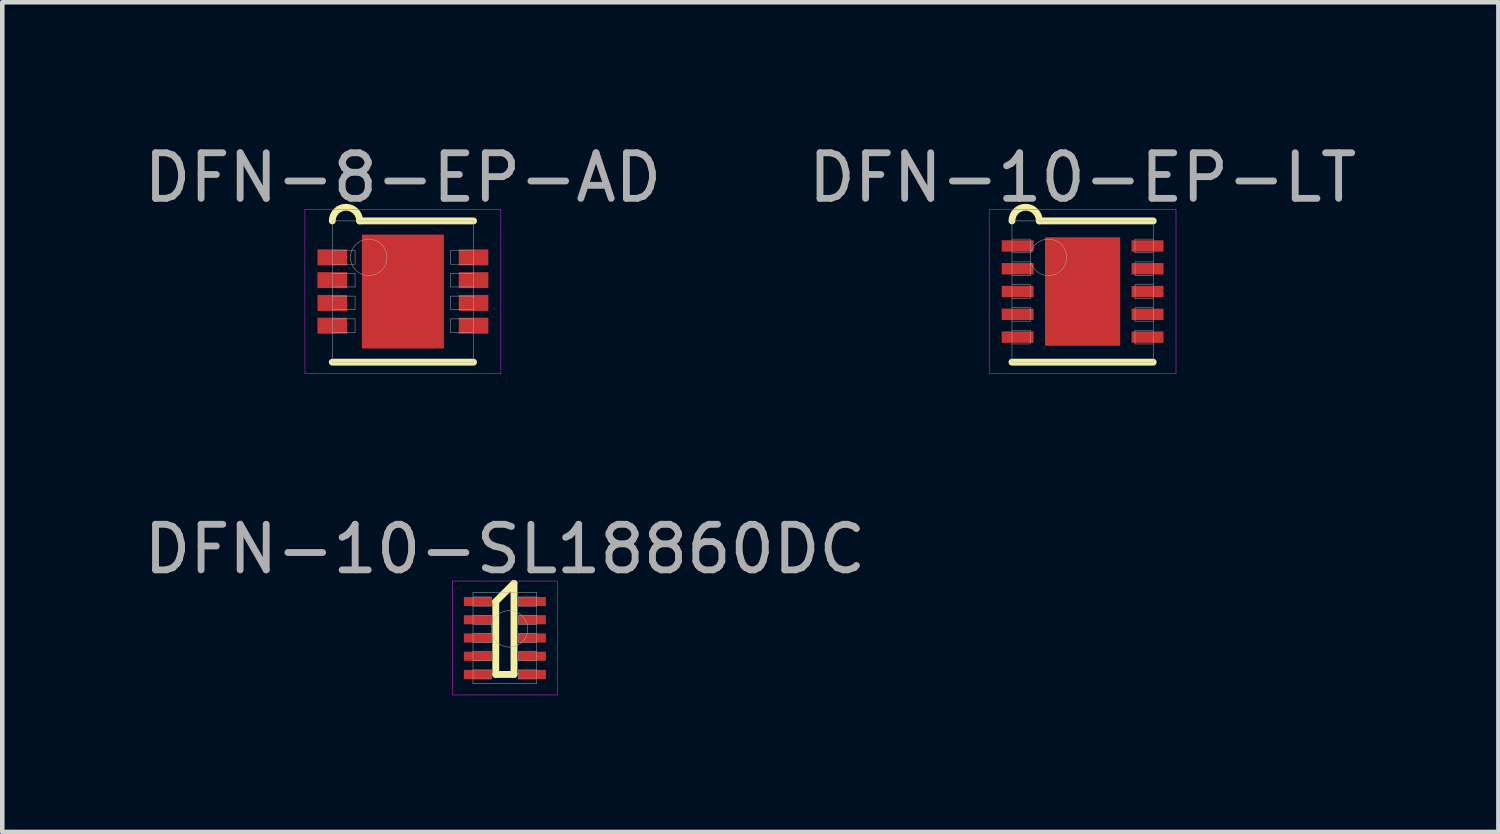
<source format=kicad_pcb>
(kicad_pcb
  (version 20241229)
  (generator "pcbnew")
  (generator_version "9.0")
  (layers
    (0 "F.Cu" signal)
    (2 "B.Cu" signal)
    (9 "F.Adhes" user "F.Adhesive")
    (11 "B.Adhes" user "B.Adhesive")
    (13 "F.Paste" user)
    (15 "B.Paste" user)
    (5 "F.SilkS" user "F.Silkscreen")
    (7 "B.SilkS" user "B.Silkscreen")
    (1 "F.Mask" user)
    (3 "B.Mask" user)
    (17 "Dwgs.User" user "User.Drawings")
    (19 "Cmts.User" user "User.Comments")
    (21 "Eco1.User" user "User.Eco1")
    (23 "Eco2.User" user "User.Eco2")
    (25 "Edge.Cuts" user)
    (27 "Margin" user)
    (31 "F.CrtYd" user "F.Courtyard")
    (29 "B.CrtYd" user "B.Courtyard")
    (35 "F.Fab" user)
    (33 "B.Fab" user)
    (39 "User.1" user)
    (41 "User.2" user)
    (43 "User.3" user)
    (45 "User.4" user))
  (footprint "DFN-10-EP-LT"
    (layer "F.Cu")
    (at 20.708 3.348)
    (property "Reference" "DFN-10-EP-LT" (at 0 -2.5 0) (layer "F.Fab") (effects (font (size 1 1) (thickness 0.15))))
    (attr through_hole)
    (fp_line (start -1.55 1.55) (end 1.55 1.55) (stroke (width 0.15) (type solid)) (layer "F.SilkS"))
    (fp_line (start -0.95 -1.55) (end 1.55 -1.55) (stroke (width 0.15) (type solid)) (layer "F.SilkS"))
    (fp_arc (start -1.55 -1.55) (mid -1.25 -1.85) (end -0.95 -1.55) (stroke (width 0.15) (type solid)) (layer "F.SilkS"))
    (fp_line (start -2.05 -1.8) (end 2.05 -1.8) (stroke (width 0.01) (type solid)) (layer "F.CrtYd"))
    (fp_line (start -2.05 1.8) (end -2.05 -1.8) (stroke (width 0.01) (type solid)) (layer "F.CrtYd"))
    (fp_line (start 2.05 -1.8) (end 2.05 1.8) (stroke (width 0.01) (type solid)) (layer "F.CrtYd"))
    (fp_line (start 2.05 1.8) (end -2.05 1.8) (stroke (width 0.01) (type solid)) (layer "F.CrtYd"))
    (fp_line (start -1.55 -1.55) (end 1.55 -1.55) (stroke (width 0.01) (type solid)) (layer "F.Fab"))
    (fp_line (start -1.55 -0.85) (end -1.15 -0.85) (stroke (width 0.01) (type solid)) (layer "F.Fab"))
    (fp_line (start -1.55 -0.35) (end -1.15 -0.35) (stroke (width 0.01) (type solid)) (layer "F.Fab"))
    (fp_line (start -1.55 0.15) (end -1.15 0.15) (stroke (width 0.01) (type solid)) (layer "F.Fab"))
    (fp_line (start -1.55 0.65) (end -1.15 0.65) (stroke (width 0.01) (type solid)) (layer "F.Fab"))
    (fp_line (start -1.55 1.15) (end -1.15 1.15) (stroke (width 0.01) (type solid)) (layer "F.Fab"))
    (fp_line (start -1.55 1.55) (end -1.55 -1.55) (stroke (width 0.01) (type solid)) (layer "F.Fab"))
    (fp_line (start -1.15 -1.15) (end -1.55 -1.15) (stroke (width 0.01) (type solid)) (layer "F.Fab"))
    (fp_line (start -1.15 -0.85) (end -1.15 -1.15) (stroke (width 0.01) (type solid)) (layer "F.Fab"))
    (fp_line (start -1.15 -0.65) (end -1.55 -0.65) (stroke (width 0.01) (type solid)) (layer "F.Fab"))
    (fp_line (start -1.15 -0.35) (end -1.15 -0.65) (stroke (width 0.01) (type solid)) (layer "F.Fab"))
    (fp_line (start -1.15 -0.15) (end -1.55 -0.15) (stroke (width 0.01) (type solid)) (layer "F.Fab"))
    (fp_line (start -1.15 0.15) (end -1.15 -0.15) (stroke (width 0.01) (type solid)) (layer "F.Fab"))
    (fp_line (start -1.15 0.35) (end -1.55 0.35) (stroke (width 0.01) (type solid)) (layer "F.Fab"))
    (fp_line (start -1.15 0.65) (end -1.15 0.35) (stroke (width 0.01) (type solid)) (layer "F.Fab"))
    (fp_line (start -1.15 0.85) (end -1.55 0.85) (stroke (width 0.01) (type solid)) (layer "F.Fab"))
    (fp_line (start -1.15 1.15) (end -1.15 0.85) (stroke (width 0.01) (type solid)) (layer "F.Fab"))
    (fp_line (start 1.15 -1.15) (end 1.15 -0.85) (stroke (width 0.01) (type solid)) (layer "F.Fab"))
    (fp_line (start 1.15 -0.85) (end 1.55 -0.85) (stroke (width 0.01) (type solid)) (layer "F.Fab"))
    (fp_line (start 1.15 -0.65) (end 1.15 -0.35) (stroke (width 0.01) (type solid)) (layer "F.Fab"))
    (fp_line (start 1.15 -0.35) (end 1.55 -0.35) (stroke (width 0.01) (type solid)) (layer "F.Fab"))
    (fp_line (start 1.15 -0.15) (end 1.15 0.15) (stroke (width 0.01) (type solid)) (layer "F.Fab"))
    (fp_line (start 1.15 0.15) (end 1.55 0.15) (stroke (width 0.01) (type solid)) (layer "F.Fab"))
    (fp_line (start 1.15 0.35) (end 1.15 0.65) (stroke (width 0.01) (type solid)) (layer "F.Fab"))
    (fp_line (start 1.15 0.65) (end 1.55 0.65) (stroke (width 0.01) (type solid)) (layer "F.Fab"))
    (fp_line (start 1.15 0.85) (end 1.15 1.15) (stroke (width 0.01) (type solid)) (layer "F.Fab"))
    (fp_line (start 1.15 1.15) (end 1.55 1.15) (stroke (width 0.01) (type solid)) (layer "F.Fab"))
    (fp_line (start 1.55 -1.55) (end 1.55 1.55) (stroke (width 0.01) (type solid)) (layer "F.Fab"))
    (fp_line (start 1.55 -1.15) (end 1.15 -1.15) (stroke (width 0.01) (type solid)) (layer "F.Fab"))
    (fp_line (start 1.55 -0.65) (end 1.15 -0.65) (stroke (width 0.01) (type solid)) (layer "F.Fab"))
    (fp_line (start 1.55 -0.15) (end 1.15 -0.15) (stroke (width 0.01) (type solid)) (layer "F.Fab"))
    (fp_line (start 1.55 0.35) (end 1.15 0.35) (stroke (width 0.01) (type solid)) (layer "F.Fab"))
    (fp_line (start 1.55 0.85) (end 1.15 0.85) (stroke (width 0.01) (type solid)) (layer "F.Fab"))
    (fp_line (start 1.55 1.55) (end -1.55 1.55) (stroke (width 0.01) (type solid)) (layer "F.Fab"))
    (fp_circle (center -0.75 -0.75) (end -0.75 -0.35) (stroke (width 0.01) (type solid)) (fill no) (layer "F.Fab"))
    (pad "" smd rect (at 0 -0.6) (size 1.2 0.8) (layers "F.Paste"))
    (pad "" smd rect (at 0 0.6) (size 1.2 0.8) (layers "F.Paste"))
    (pad "1" smd rect (at -1.425 -1) (size 0.7 0.25) (layers "F.Cu" "F.Mask" "F.Paste"))
    (pad "2" smd rect (at -1.425 -0.5) (size 0.7 0.25) (layers "F.Cu" "F.Mask" "F.Paste"))
    (pad "3" smd rect (at -1.425 0) (size 0.7 0.25) (layers "F.Cu" "F.Mask" "F.Paste"))
    (pad "4" smd rect (at -1.425 0.5) (size 0.7 0.25) (layers "F.Cu" "F.Mask" "F.Paste"))
    (pad "5" smd rect (at -1.425 1) (size 0.7 0.25) (layers "F.Cu" "F.Mask" "F.Paste"))
    (pad "6" smd rect (at 1.425 1) (size 0.7 0.25) (layers "F.Cu" "F.Mask" "F.Paste"))
    (pad "7" smd rect (at 1.425 0.5) (size 0.7 0.25) (layers "F.Cu" "F.Mask" "F.Paste"))
    (pad "8" smd rect (at 1.425 0) (size 0.7 0.25) (layers "F.Cu" "F.Mask" "F.Paste"))
    (pad "9" smd rect (at 1.425 -0.5) (size 0.7 0.25) (layers "F.Cu" "F.Mask" "F.Paste"))
    (pad "10" smd rect (at 1.425 -1) (size 0.7 0.25) (layers "F.Cu" "F.Mask" "F.Paste"))
    (pad "EP" smd rect (at 0 0) (size 1.65 2.38) (layers "F.Cu" "F.Mask")))
  (footprint "DFN-10-SL18860DC"
    (layer "F.Cu")
    (at 8.03 10.951)
    (property "Reference" "DFN-10-SL18860DC" (at 0 -1.95 0) (layer "F.Fab") (effects (font (size 1 1) (thickness 0.15))))
    (attr through_hole)
    (fp_line (start -0.2 -0.8) (end -0.2 -0.8) (stroke (width 0.15) (type solid)) (layer "F.SilkS"))
    (fp_line (start -0.2 -0.8) (end -0.2 0.8) (stroke (width 0.15) (type solid)) (layer "F.SilkS"))
    (fp_line (start -0.2 0.8) (end 0.2 0.8) (stroke (width 0.15) (type solid)) (layer "F.SilkS"))
    (fp_line (start 0.2 -1.2) (end -0.2 -0.8) (stroke (width 0.15) (type solid)) (layer "F.SilkS"))
    (fp_line (start 0.2 0.8) (end 0.2 -1.2) (stroke (width 0.15) (type solid)) (layer "F.SilkS"))
    (fp_line (start -1.15 -1.25) (end 1.15 -1.25) (stroke (width 0.01) (type solid)) (layer "F.CrtYd"))
    (fp_line (start -1.15 1.25) (end -1.15 -1.25) (stroke (width 0.01) (type solid)) (layer "F.CrtYd"))
    (fp_line (start 1.15 -1.25) (end 1.15 1.25) (stroke (width 0.01) (type solid)) (layer "F.CrtYd"))
    (fp_line (start 1.15 1.25) (end -1.15 1.25) (stroke (width 0.01) (type solid)) (layer "F.CrtYd"))
    (fp_line (start -0.7 -1) (end 0.7 -1) (stroke (width 0.01) (type solid)) (layer "F.Fab"))
    (fp_line (start -0.7 -0.7) (end -0.3 -0.7) (stroke (width 0.01) (type solid)) (layer "F.Fab"))
    (fp_line (start -0.7 -0.3) (end -0.3 -0.3) (stroke (width 0.01) (type solid)) (layer "F.Fab"))
    (fp_line (start -0.7 0.1) (end -0.3 0.1) (stroke (width 0.01) (type solid)) (layer "F.Fab"))
    (fp_line (start -0.7 0.5) (end -0.3 0.5) (stroke (width 0.01) (type solid)) (layer "F.Fab"))
    (fp_line (start -0.7 0.9) (end -0.3 0.9) (stroke (width 0.01) (type solid)) (layer "F.Fab"))
    (fp_line (start -0.7 1) (end -0.7 -1) (stroke (width 0.01) (type solid)) (layer "F.Fab"))
    (fp_line (start -0.3 -0.9) (end -0.7 -0.9) (stroke (width 0.01) (type solid)) (layer "F.Fab"))
    (fp_line (start -0.3 -0.7) (end -0.3 -0.9) (stroke (width 0.01) (type solid)) (layer "F.Fab"))
    (fp_line (start -0.3 -0.5) (end -0.7 -0.5) (stroke (width 0.01) (type solid)) (layer "F.Fab"))
    (fp_line (start -0.3 -0.3) (end -0.3 -0.5) (stroke (width 0.01) (type solid)) (layer "F.Fab"))
    (fp_line (start -0.3 -0.1) (end -0.7 -0.1) (stroke (width 0.01) (type solid)) (layer "F.Fab"))
    (fp_line (start -0.3 0.1) (end -0.3 -0.1) (stroke (width 0.01) (type solid)) (layer "F.Fab"))
    (fp_line (start -0.3 0.3) (end -0.7 0.3) (stroke (width 0.01) (type solid)) (layer "F.Fab"))
    (fp_line (start -0.3 0.5) (end -0.3 0.3) (stroke (width 0.01) (type solid)) (layer "F.Fab"))
    (fp_line (start -0.3 0.7) (end -0.7 0.7) (stroke (width 0.01) (type solid)) (layer "F.Fab"))
    (fp_line (start -0.3 0.9) (end -0.3 0.7) (stroke (width 0.01) (type solid)) (layer "F.Fab"))
    (fp_line (start 0.3 -0.9) (end 0.3 -0.7) (stroke (width 0.01) (type solid)) (layer "F.Fab"))
    (fp_line (start 0.3 -0.7) (end 0.7 -0.7) (stroke (width 0.01) (type solid)) (layer "F.Fab"))
    (fp_line (start 0.3 -0.5) (end 0.3 -0.3) (stroke (width 0.01) (type solid)) (layer "F.Fab"))
    (fp_line (start 0.3 -0.3) (end 0.7 -0.3) (stroke (width 0.01) (type solid)) (layer "F.Fab"))
    (fp_line (start 0.3 -0.1) (end 0.3 0.1) (stroke (width 0.01) (type solid)) (layer "F.Fab"))
    (fp_line (start 0.3 0.1) (end 0.7 0.1) (stroke (width 0.01) (type solid)) (layer "F.Fab"))
    (fp_line (start 0.3 0.3) (end 0.3 0.5) (stroke (width 0.01) (type solid)) (layer "F.Fab"))
    (fp_line (start 0.3 0.5) (end 0.7 0.5) (stroke (width 0.01) (type solid)) (layer "F.Fab"))
    (fp_line (start 0.3 0.7) (end 0.3 0.9) (stroke (width 0.01) (type solid)) (layer "F.Fab"))
    (fp_line (start 0.3 0.9) (end 0.7 0.9) (stroke (width 0.01) (type solid)) (layer "F.Fab"))
    (fp_line (start 0.7 -1) (end 0.7 1) (stroke (width 0.01) (type solid)) (layer "F.Fab"))
    (fp_line (start 0.7 -0.9) (end 0.3 -0.9) (stroke (width 0.01) (type solid)) (layer "F.Fab"))
    (fp_line (start 0.7 -0.5) (end 0.3 -0.5) (stroke (width 0.01) (type solid)) (layer "F.Fab"))
    (fp_line (start 0.7 -0.1) (end 0.3 -0.1) (stroke (width 0.01) (type solid)) (layer "F.Fab"))
    (fp_line (start 0.7 0.3) (end 0.3 0.3) (stroke (width 0.01) (type solid)) (layer "F.Fab"))
    (fp_line (start 0.7 0.7) (end 0.3 0.7) (stroke (width 0.01) (type solid)) (layer "F.Fab"))
    (fp_line (start 0.7 1) (end -0.7 1) (stroke (width 0.01) (type solid)) (layer "F.Fab"))
    (fp_circle (center 0.1 -0.2) (end 0.1 0.2) (stroke (width 0.01) (type solid)) (fill no) (layer "F.Fab"))
    (pad "1" smd rect (at -0.6 -0.8) (size 0.6 0.2) (layers "F.Cu" "F.Mask" "F.Paste"))
    (pad "2" smd rect (at -0.6 -0.4) (size 0.6 0.2) (layers "F.Cu" "F.Mask" "F.Paste"))
    (pad "3" smd rect (at -0.6 0) (size 0.6 0.2) (layers "F.Cu" "F.Mask" "F.Paste"))
    (pad "4" smd rect (at -0.6 0.4) (size 0.6 0.2) (layers "F.Cu" "F.Mask" "F.Paste"))
    (pad "5" smd rect (at -0.6 0.8) (size 0.6 0.2) (layers "F.Cu" "F.Mask" "F.Paste"))
    (pad "6" smd rect (at 0.6 0.8) (size 0.6 0.2) (layers "F.Cu" "F.Mask" "F.Paste"))
    (pad "7" smd rect (at 0.6 0.4) (size 0.6 0.2) (layers "F.Cu" "F.Mask" "F.Paste"))
    (pad "8" smd rect (at 0.6 0) (size 0.6 0.2) (layers "F.Cu" "F.Mask" "F.Paste"))
    (pad "9" smd rect (at 0.6 -0.4) (size 0.6 0.2) (layers "F.Cu" "F.Mask" "F.Paste"))
    (pad "10" smd rect (at 0.6 -0.8) (size 0.6 0.2) (layers "F.Cu" "F.Mask" "F.Paste")))
  (footprint "DFN-8-EP-AD"
    (layer "F.Cu")
    (at 5.792 3.348)
    (property "Reference" "DFN-8-EP-AD" (at 0 -2.5 0) (layer "F.Fab") (effects (font (size 1 1) (thickness 0.15))))
    (attr through_hole)
    (fp_line (start -1.55 1.55) (end 1.55 1.55) (stroke (width 0.15) (type solid)) (layer "F.SilkS"))
    (fp_line (start -0.95 -1.55) (end 1.55 -1.55) (stroke (width 0.15) (type solid)) (layer "F.SilkS"))
    (fp_arc (start -1.55 -1.55) (mid -1.25 -1.85) (end -0.95 -1.55) (stroke (width 0.15) (type solid)) (layer "F.SilkS"))
    (fp_line (start -2.15 -1.8) (end 2.15 -1.8) (stroke (width 0.01) (type solid)) (layer "F.CrtYd"))
    (fp_line (start -2.15 1.8) (end -2.15 -1.8) (stroke (width 0.01) (type solid)) (layer "F.CrtYd"))
    (fp_line (start 2.15 -1.8) (end 2.15 1.8) (stroke (width 0.01) (type solid)) (layer "F.CrtYd"))
    (fp_line (start 2.15 1.8) (end -2.15 1.8) (stroke (width 0.01) (type solid)) (layer "F.CrtYd"))
    (fp_line (start -1.55 -1.55) (end 1.55 -1.55) (stroke (width 0.01) (type solid)) (layer "F.Fab"))
    (fp_line (start -1.55 -0.6) (end -1.05 -0.6) (stroke (width 0.01) (type solid)) (layer "F.Fab"))
    (fp_line (start -1.55 -0.1) (end -1.05 -0.1) (stroke (width 0.01) (type solid)) (layer "F.Fab"))
    (fp_line (start -1.55 0.4) (end -1.05 0.4) (stroke (width 0.01) (type solid)) (layer "F.Fab"))
    (fp_line (start -1.55 0.9) (end -1.05 0.9) (stroke (width 0.01) (type solid)) (layer "F.Fab"))
    (fp_line (start -1.55 1.55) (end -1.55 -1.55) (stroke (width 0.01) (type solid)) (layer "F.Fab"))
    (fp_line (start -1.05 -0.9) (end -1.55 -0.9) (stroke (width 0.01) (type solid)) (layer "F.Fab"))
    (fp_line (start -1.05 -0.6) (end -1.05 -0.9) (stroke (width 0.01) (type solid)) (layer "F.Fab"))
    (fp_line (start -1.05 -0.4) (end -1.55 -0.4) (stroke (width 0.01) (type solid)) (layer "F.Fab"))
    (fp_line (start -1.05 -0.1) (end -1.05 -0.4) (stroke (width 0.01) (type solid)) (layer "F.Fab"))
    (fp_line (start -1.05 0.1) (end -1.55 0.1) (stroke (width 0.01) (type solid)) (layer "F.Fab"))
    (fp_line (start -1.05 0.4) (end -1.05 0.1) (stroke (width 0.01) (type solid)) (layer "F.Fab"))
    (fp_line (start -1.05 0.6) (end -1.55 0.6) (stroke (width 0.01) (type solid)) (layer "F.Fab"))
    (fp_line (start -1.05 0.9) (end -1.05 0.6) (stroke (width 0.01) (type solid)) (layer "F.Fab"))
    (fp_line (start 1.05 -0.9) (end 1.05 -0.6) (stroke (width 0.01) (type solid)) (layer "F.Fab"))
    (fp_line (start 1.05 -0.6) (end 1.55 -0.6) (stroke (width 0.01) (type solid)) (layer "F.Fab"))
    (fp_line (start 1.05 -0.4) (end 1.05 -0.1) (stroke (width 0.01) (type solid)) (layer "F.Fab"))
    (fp_line (start 1.05 -0.1) (end 1.55 -0.1) (stroke (width 0.01) (type solid)) (layer "F.Fab"))
    (fp_line (start 1.05 0.1) (end 1.05 0.4) (stroke (width 0.01) (type solid)) (layer "F.Fab"))
    (fp_line (start 1.05 0.4) (end 1.55 0.4) (stroke (width 0.01) (type solid)) (layer "F.Fab"))
    (fp_line (start 1.05 0.6) (end 1.05 0.9) (stroke (width 0.01) (type solid)) (layer "F.Fab"))
    (fp_line (start 1.05 0.9) (end 1.55 0.9) (stroke (width 0.01) (type solid)) (layer "F.Fab"))
    (fp_line (start 1.55 -1.55) (end 1.55 1.55) (stroke (width 0.01) (type solid)) (layer "F.Fab"))
    (fp_line (start 1.55 -0.9) (end 1.05 -0.9) (stroke (width 0.01) (type solid)) (layer "F.Fab"))
    (fp_line (start 1.55 -0.4) (end 1.05 -0.4) (stroke (width 0.01) (type solid)) (layer "F.Fab"))
    (fp_line (start 1.55 0.1) (end 1.05 0.1) (stroke (width 0.01) (type solid)) (layer "F.Fab"))
    (fp_line (start 1.55 0.6) (end 1.05 0.6) (stroke (width 0.01) (type solid)) (layer "F.Fab"))
    (fp_line (start 1.55 1.55) (end -1.55 1.55) (stroke (width 0.01) (type solid)) (layer "F.Fab"))
    (fp_circle (center -0.75 -0.75) (end -0.75 -0.35) (stroke (width 0.01) (type solid)) (fill no) (layer "F.Fab"))
    (pad "" smd rect (at -0.4 -0.6) (size 0.8 0.8) (layers "F.Mask"))
    (pad "" smd rect (at -0.4 -0.6) (size 0.8 0.8) (layers "F.Paste"))
    (pad "" smd rect (at -0.4 0.6) (size 0.8 0.8) (layers "F.Mask"))
    (pad "" smd rect (at -0.4 0.6) (size 0.8 0.8) (layers "F.Paste"))
    (pad "" smd rect (at 0.4 -0.6) (size 0.8 0.8) (layers "F.Mask"))
    (pad "" smd rect (at 0.4 -0.6) (size 0.8 0.8) (layers "F.Paste"))
    (pad "" smd rect (at 0.4 0.6) (size 0.8 0.8) (layers "F.Mask"))
    (pad "" smd rect (at 0.4 0.6) (size 0.8 0.8) (layers "F.Paste"))
    (pad "1" smd rect (at -1.55 -0.75) (size 0.65 0.35) (layers "F.Cu" "F.Mask" "F.Paste"))
    (pad "2" smd rect (at -1.55 -0.25) (size 0.65 0.35) (layers "F.Cu" "F.Mask" "F.Paste"))
    (pad "3" smd rect (at -1.55 0.25) (size 0.65 0.35) (layers "F.Cu" "F.Mask" "F.Paste"))
    (pad "4" smd rect (at -1.55 0.75) (size 0.65 0.35) (layers "F.Cu" "F.Mask" "F.Paste"))
    (pad "5" smd rect (at 1.55 0.75) (size 0.65 0.35) (layers "F.Cu" "F.Mask" "F.Paste"))
    (pad "6" smd rect (at 1.55 0.25) (size 0.65 0.35) (layers "F.Cu" "F.Mask" "F.Paste"))
    (pad "7" smd rect (at 1.55 -0.25) (size 0.65 0.35) (layers "F.Cu" "F.Mask" "F.Paste"))
    (pad "8" smd rect (at 1.55 -0.75) (size 0.65 0.35) (layers "F.Cu" "F.Mask" "F.Paste"))
    (pad "EP" smd rect (at 0 0) (size 1.8 2.5) (layers "F.Cu")))
  (gr_rect
    (start -3 -3)
    (end 29.833 15.207)
    (stroke (width 0.1) (type default))
    (fill no)
    (layer "Edge.Cuts")))
</source>
